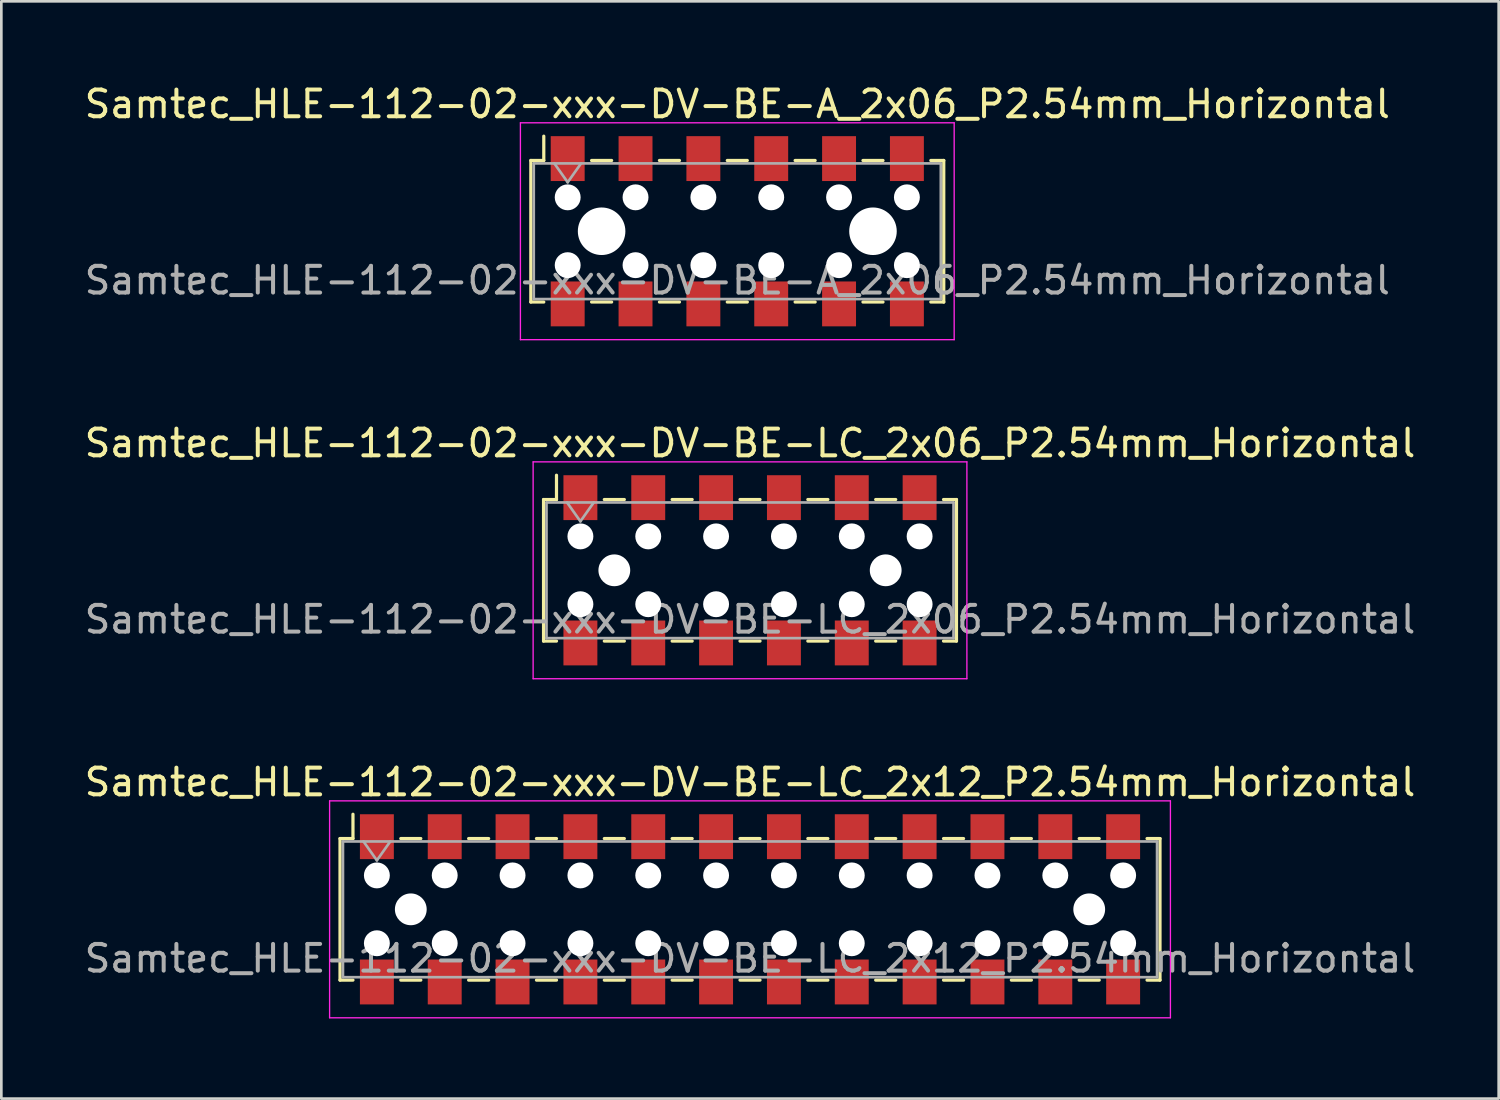
<source format=kicad_pcb>
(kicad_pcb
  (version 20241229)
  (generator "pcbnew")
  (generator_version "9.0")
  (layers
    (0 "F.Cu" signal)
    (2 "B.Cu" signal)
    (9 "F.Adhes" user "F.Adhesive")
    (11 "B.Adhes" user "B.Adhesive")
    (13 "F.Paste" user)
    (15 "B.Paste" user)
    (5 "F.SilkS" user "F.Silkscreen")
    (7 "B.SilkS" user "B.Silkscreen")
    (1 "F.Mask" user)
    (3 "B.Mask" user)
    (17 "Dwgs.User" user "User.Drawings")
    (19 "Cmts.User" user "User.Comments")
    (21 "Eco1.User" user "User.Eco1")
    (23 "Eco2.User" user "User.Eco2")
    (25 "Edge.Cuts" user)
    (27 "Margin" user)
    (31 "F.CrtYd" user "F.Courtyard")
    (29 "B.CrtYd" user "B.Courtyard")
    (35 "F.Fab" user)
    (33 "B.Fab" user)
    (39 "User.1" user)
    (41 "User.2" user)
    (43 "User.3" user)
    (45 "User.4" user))
  (footprint "Samtec_HLE-112-02-xxx-DV-BE-LC_2x06_P2.54mm_Horizontal"
    (layer "F.Cu")
    (at 25.03 18.302)
    (property "Reference" "Samtec_HLE-112-02-xxx-DV-BE-LC_2x06_P2.54mm_Horizontal" (at 0 -4.76 0) (layer "F.SilkS") (effects (font (size 1 1) (thickness 0.15))))
    (attr smd)
    (fp_line (start -7.73 -2.65) (end -7.73 2.65) (stroke (width 0.12) (type solid)) (layer "F.SilkS"))
    (fp_line (start -7.73 2.65) (end -7.245 2.65) (stroke (width 0.12) (type solid)) (layer "F.SilkS"))
    (fp_line (start -7.245 -3.56) (end -7.245 -2.65) (stroke (width 0.12) (type solid)) (layer "F.SilkS"))
    (fp_line (start -7.245 -2.65) (end -7.73 -2.65) (stroke (width 0.12) (type solid)) (layer "F.SilkS"))
    (fp_line (start -5.455 -2.65) (end -4.705 -2.65) (stroke (width 0.12) (type solid)) (layer "F.SilkS"))
    (fp_line (start -5.455 2.65) (end -4.705 2.65) (stroke (width 0.12) (type solid)) (layer "F.SilkS"))
    (fp_line (start -2.915 -2.65) (end -2.165 -2.65) (stroke (width 0.12) (type solid)) (layer "F.SilkS"))
    (fp_line (start -2.915 2.65) (end -2.165 2.65) (stroke (width 0.12) (type solid)) (layer "F.SilkS"))
    (fp_line (start -0.375 -2.65) (end 0.375 -2.65) (stroke (width 0.12) (type solid)) (layer "F.SilkS"))
    (fp_line (start -0.375 2.65) (end 0.375 2.65) (stroke (width 0.12) (type solid)) (layer "F.SilkS"))
    (fp_line (start 2.165 -2.65) (end 2.915 -2.65) (stroke (width 0.12) (type solid)) (layer "F.SilkS"))
    (fp_line (start 2.165 2.65) (end 2.915 2.65) (stroke (width 0.12) (type solid)) (layer "F.SilkS"))
    (fp_line (start 4.705 -2.65) (end 5.455 -2.65) (stroke (width 0.12) (type solid)) (layer "F.SilkS"))
    (fp_line (start 4.705 2.65) (end 5.455 2.65) (stroke (width 0.12) (type solid)) (layer "F.SilkS"))
    (fp_line (start 7.245 -2.65) (end 7.73 -2.65) (stroke (width 0.12) (type solid)) (layer "F.SilkS"))
    (fp_line (start 7.73 -2.65) (end 7.73 2.65) (stroke (width 0.12) (type solid)) (layer "F.SilkS"))
    (fp_line (start 7.73 2.65) (end 7.245 2.65) (stroke (width 0.12) (type solid)) (layer "F.SilkS"))
    (fp_line (start -8.12 -4.06) (end 8.12 -4.06) (stroke (width 0.05) (type solid)) (layer "F.CrtYd"))
    (fp_line (start -8.12 4.06) (end -8.12 -4.06) (stroke (width 0.05) (type solid)) (layer "F.CrtYd"))
    (fp_line (start 8.12 -4.06) (end 8.12 4.06) (stroke (width 0.05) (type solid)) (layer "F.CrtYd"))
    (fp_line (start 8.12 4.06) (end -8.12 4.06) (stroke (width 0.05) (type solid)) (layer "F.CrtYd"))
    (fp_line (start -7.62 -2.54) (end 7.62 -2.54) (stroke (width 0.1) (type solid)) (layer "F.Fab"))
    (fp_line (start -7.62 2.54) (end -7.62 -2.54) (stroke (width 0.1) (type solid)) (layer "F.Fab"))
    (fp_line (start -6.85 -2.54) (end -6.35 -1.833) (stroke (width 0.1) (type solid)) (layer "F.Fab"))
    (fp_line (start -6.35 -1.833) (end -5.85 -2.54) (stroke (width 0.1) (type solid)) (layer "F.Fab"))
    (fp_line (start 7.62 -2.54) (end 7.62 2.54) (stroke (width 0.1) (type solid)) (layer "F.Fab"))
    (fp_line (start 7.62 2.54) (end -7.62 2.54) (stroke (width 0.1) (type solid)) (layer "F.Fab"))
    (fp_text user "${REFERENCE}" (at 0 1.84 0) (layer "F.Fab") (effects (font (size 1 1) (thickness 0.15))))
    (pad "" np_thru_hole circle (at -6.35 -1.27) (size 0.97 0.97) (drill 0.97) (layers "*.Cu" "*.Mask"))
    (pad "" np_thru_hole circle (at -6.35 1.27) (size 0.97 0.97) (drill 0.97) (layers "*.Cu" "*.Mask"))
    (pad "" np_thru_hole circle (at -5.08 0) (size 1.19 1.19) (drill 1.19) (layers "*.Cu" "*.Mask"))
    (pad "" np_thru_hole circle (at -3.81 -1.27) (size 0.97 0.97) (drill 0.97) (layers "*.Cu" "*.Mask"))
    (pad "" np_thru_hole circle (at -3.81 1.27) (size 0.97 0.97) (drill 0.97) (layers "*.Cu" "*.Mask"))
    (pad "" np_thru_hole circle (at -1.27 -1.27) (size 0.97 0.97) (drill 0.97) (layers "*.Cu" "*.Mask"))
    (pad "" np_thru_hole circle (at -1.27 1.27) (size 0.97 0.97) (drill 0.97) (layers "*.Cu" "*.Mask"))
    (pad "" np_thru_hole circle (at 1.27 -1.27) (size 0.97 0.97) (drill 0.97) (layers "*.Cu" "*.Mask"))
    (pad "" np_thru_hole circle (at 1.27 1.27) (size 0.97 0.97) (drill 0.97) (layers "*.Cu" "*.Mask"))
    (pad "" np_thru_hole circle (at 3.81 -1.27) (size 0.97 0.97) (drill 0.97) (layers "*.Cu" "*.Mask"))
    (pad "" np_thru_hole circle (at 3.81 1.27) (size 0.97 0.97) (drill 0.97) (layers "*.Cu" "*.Mask"))
    (pad "" np_thru_hole circle (at 5.08 0) (size 1.19 1.19) (drill 1.19) (layers "*.Cu" "*.Mask"))
    (pad "" np_thru_hole circle (at 6.35 -1.27) (size 0.97 0.97) (drill 0.97) (layers "*.Cu" "*.Mask"))
    (pad "" np_thru_hole circle (at 6.35 1.27) (size 0.97 0.97) (drill 0.97) (layers "*.Cu" "*.Mask"))
    (pad "1" smd rect (at -6.35 -2.72) (size 1.27 1.68) (layers "F.Cu" "F.Mask" "F.Paste"))
    (pad "2" smd rect (at -6.35 2.72) (size 1.27 1.68) (layers "F.Cu" "F.Mask" "F.Paste"))
    (pad "3" smd rect (at -3.81 -2.72) (size 1.27 1.68) (layers "F.Cu" "F.Mask" "F.Paste"))
    (pad "4" smd rect (at -3.81 2.72) (size 1.27 1.68) (layers "F.Cu" "F.Mask" "F.Paste"))
    (pad "5" smd rect (at -1.27 -2.72) (size 1.27 1.68) (layers "F.Cu" "F.Mask" "F.Paste"))
    (pad "6" smd rect (at -1.27 2.72) (size 1.27 1.68) (layers "F.Cu" "F.Mask" "F.Paste"))
    (pad "7" smd rect (at 1.27 -2.72) (size 1.27 1.68) (layers "F.Cu" "F.Mask" "F.Paste"))
    (pad "8" smd rect (at 1.27 2.72) (size 1.27 1.68) (layers "F.Cu" "F.Mask" "F.Paste"))
    (pad "9" smd rect (at 3.81 -2.72) (size 1.27 1.68) (layers "F.Cu" "F.Mask" "F.Paste"))
    (pad "10" smd rect (at 3.81 2.72) (size 1.27 1.68) (layers "F.Cu" "F.Mask" "F.Paste"))
    (pad "11" smd rect (at 6.35 -2.72) (size 1.27 1.68) (layers "F.Cu" "F.Mask" "F.Paste"))
    (pad "12" smd rect (at 6.35 2.72) (size 1.27 1.68) (layers "F.Cu" "F.Mask" "F.Paste")))
  (footprint "Samtec_HLE-112-02-xxx-DV-BE-A_2x06_P2.54mm_Horizontal"
    (layer "F.Cu")
    (at 24.554 5.608)
    (property "Reference" "Samtec_HLE-112-02-xxx-DV-BE-A_2x06_P2.54mm_Horizontal" (at 0 -4.76 0) (layer "F.SilkS") (effects (font (size 1 1) (thickness 0.15))))
    (attr smd)
    (fp_line (start -7.73 -2.65) (end -7.73 2.65) (stroke (width 0.12) (type solid)) (layer "F.SilkS"))
    (fp_line (start -7.73 2.65) (end -7.245 2.65) (stroke (width 0.12) (type solid)) (layer "F.SilkS"))
    (fp_line (start -7.245 -3.56) (end -7.245 -2.65) (stroke (width 0.12) (type solid)) (layer "F.SilkS"))
    (fp_line (start -7.245 -2.65) (end -7.73 -2.65) (stroke (width 0.12) (type solid)) (layer "F.SilkS"))
    (fp_line (start -5.455 -2.65) (end -4.705 -2.65) (stroke (width 0.12) (type solid)) (layer "F.SilkS"))
    (fp_line (start -5.455 2.65) (end -4.705 2.65) (stroke (width 0.12) (type solid)) (layer "F.SilkS"))
    (fp_line (start -2.915 -2.65) (end -2.165 -2.65) (stroke (width 0.12) (type solid)) (layer "F.SilkS"))
    (fp_line (start -2.915 2.65) (end -2.165 2.65) (stroke (width 0.12) (type solid)) (layer "F.SilkS"))
    (fp_line (start -0.375 -2.65) (end 0.375 -2.65) (stroke (width 0.12) (type solid)) (layer "F.SilkS"))
    (fp_line (start -0.375 2.65) (end 0.375 2.65) (stroke (width 0.12) (type solid)) (layer "F.SilkS"))
    (fp_line (start 2.165 -2.65) (end 2.915 -2.65) (stroke (width 0.12) (type solid)) (layer "F.SilkS"))
    (fp_line (start 2.165 2.65) (end 2.915 2.65) (stroke (width 0.12) (type solid)) (layer "F.SilkS"))
    (fp_line (start 4.705 -2.65) (end 5.455 -2.65) (stroke (width 0.12) (type solid)) (layer "F.SilkS"))
    (fp_line (start 4.705 2.65) (end 5.455 2.65) (stroke (width 0.12) (type solid)) (layer "F.SilkS"))
    (fp_line (start 7.245 -2.65) (end 7.73 -2.65) (stroke (width 0.12) (type solid)) (layer "F.SilkS"))
    (fp_line (start 7.73 -2.65) (end 7.73 2.65) (stroke (width 0.12) (type solid)) (layer "F.SilkS"))
    (fp_line (start 7.73 2.65) (end 7.245 2.65) (stroke (width 0.12) (type solid)) (layer "F.SilkS"))
    (fp_line (start -8.12 -4.06) (end 8.12 -4.06) (stroke (width 0.05) (type solid)) (layer "F.CrtYd"))
    (fp_line (start -8.12 4.06) (end -8.12 -4.06) (stroke (width 0.05) (type solid)) (layer "F.CrtYd"))
    (fp_line (start 8.12 -4.06) (end 8.12 4.06) (stroke (width 0.05) (type solid)) (layer "F.CrtYd"))
    (fp_line (start 8.12 4.06) (end -8.12 4.06) (stroke (width 0.05) (type solid)) (layer "F.CrtYd"))
    (fp_line (start -7.62 -2.54) (end 7.62 -2.54) (stroke (width 0.1) (type solid)) (layer "F.Fab"))
    (fp_line (start -7.62 2.54) (end -7.62 -2.54) (stroke (width 0.1) (type solid)) (layer "F.Fab"))
    (fp_line (start -6.85 -2.54) (end -6.35 -1.833) (stroke (width 0.1) (type solid)) (layer "F.Fab"))
    (fp_line (start -6.35 -1.833) (end -5.85 -2.54) (stroke (width 0.1) (type solid)) (layer "F.Fab"))
    (fp_line (start 7.62 -2.54) (end 7.62 2.54) (stroke (width 0.1) (type solid)) (layer "F.Fab"))
    (fp_line (start 7.62 2.54) (end -7.62 2.54) (stroke (width 0.1) (type solid)) (layer "F.Fab"))
    (fp_text user "${REFERENCE}" (at 0 1.84 0) (layer "F.Fab") (effects (font (size 1 1) (thickness 0.15))))
    (pad "" np_thru_hole circle (at -6.35 -1.27) (size 0.97 0.97) (drill 0.97) (layers "*.Cu" "*.Mask"))
    (pad "" np_thru_hole circle (at -6.35 1.27) (size 0.97 0.97) (drill 0.97) (layers "*.Cu" "*.Mask"))
    (pad "" np_thru_hole circle (at -5.08 0) (size 1.78 1.78) (drill 1.78) (layers "*.Cu" "*.Mask"))
    (pad "" np_thru_hole circle (at -3.81 -1.27) (size 0.97 0.97) (drill 0.97) (layers "*.Cu" "*.Mask"))
    (pad "" np_thru_hole circle (at -3.81 1.27) (size 0.97 0.97) (drill 0.97) (layers "*.Cu" "*.Mask"))
    (pad "" np_thru_hole circle (at -1.27 -1.27) (size 0.97 0.97) (drill 0.97) (layers "*.Cu" "*.Mask"))
    (pad "" np_thru_hole circle (at -1.27 1.27) (size 0.97 0.97) (drill 0.97) (layers "*.Cu" "*.Mask"))
    (pad "" np_thru_hole circle (at 1.27 -1.27) (size 0.97 0.97) (drill 0.97) (layers "*.Cu" "*.Mask"))
    (pad "" np_thru_hole circle (at 1.27 1.27) (size 0.97 0.97) (drill 0.97) (layers "*.Cu" "*.Mask"))
    (pad "" np_thru_hole circle (at 3.81 -1.27) (size 0.97 0.97) (drill 0.97) (layers "*.Cu" "*.Mask"))
    (pad "" np_thru_hole circle (at 3.81 1.27) (size 0.97 0.97) (drill 0.97) (layers "*.Cu" "*.Mask"))
    (pad "" np_thru_hole circle (at 5.08 0) (size 1.78 1.78) (drill 1.78) (layers "*.Cu" "*.Mask"))
    (pad "" np_thru_hole circle (at 6.35 -1.27) (size 0.97 0.97) (drill 0.97) (layers "*.Cu" "*.Mask"))
    (pad "" np_thru_hole circle (at 6.35 1.27) (size 0.97 0.97) (drill 0.97) (layers "*.Cu" "*.Mask"))
    (pad "1" smd rect (at -6.35 -2.72) (size 1.27 1.68) (layers "F.Cu" "F.Mask" "F.Paste"))
    (pad "2" smd rect (at -6.35 2.72) (size 1.27 1.68) (layers "F.Cu" "F.Mask" "F.Paste"))
    (pad "3" smd rect (at -3.81 -2.72) (size 1.27 1.68) (layers "F.Cu" "F.Mask" "F.Paste"))
    (pad "4" smd rect (at -3.81 2.72) (size 1.27 1.68) (layers "F.Cu" "F.Mask" "F.Paste"))
    (pad "5" smd rect (at -1.27 -2.72) (size 1.27 1.68) (layers "F.Cu" "F.Mask" "F.Paste"))
    (pad "6" smd rect (at -1.27 2.72) (size 1.27 1.68) (layers "F.Cu" "F.Mask" "F.Paste"))
    (pad "7" smd rect (at 1.27 -2.72) (size 1.27 1.68) (layers "F.Cu" "F.Mask" "F.Paste"))
    (pad "8" smd rect (at 1.27 2.72) (size 1.27 1.68) (layers "F.Cu" "F.Mask" "F.Paste"))
    (pad "9" smd rect (at 3.81 -2.72) (size 1.27 1.68) (layers "F.Cu" "F.Mask" "F.Paste"))
    (pad "10" smd rect (at 3.81 2.72) (size 1.27 1.68) (layers "F.Cu" "F.Mask" "F.Paste"))
    (pad "11" smd rect (at 6.35 -2.72) (size 1.27 1.68) (layers "F.Cu" "F.Mask" "F.Paste"))
    (pad "12" smd rect (at 6.35 2.72) (size 1.27 1.68) (layers "F.Cu" "F.Mask" "F.Paste")))
  (footprint "Samtec_HLE-112-02-xxx-DV-BE-LC_2x12_P2.54mm_Horizontal"
    (layer "F.Cu")
    (at 25.03 30.995)
    (property "Reference" "Samtec_HLE-112-02-xxx-DV-BE-LC_2x12_P2.54mm_Horizontal" (at 0 -4.76 0) (layer "F.SilkS") (effects (font (size 1 1) (thickness 0.15))))
    (attr smd)
    (fp_line (start -15.35 -2.65) (end -15.35 2.65) (stroke (width 0.12) (type solid)) (layer "F.SilkS"))
    (fp_line (start -15.35 2.65) (end -14.865 2.65) (stroke (width 0.12) (type solid)) (layer "F.SilkS"))
    (fp_line (start -14.865 -3.56) (end -14.865 -2.65) (stroke (width 0.12) (type solid)) (layer "F.SilkS"))
    (fp_line (start -14.865 -2.65) (end -15.35 -2.65) (stroke (width 0.12) (type solid)) (layer "F.SilkS"))
    (fp_line (start -13.075 -2.65) (end -12.325 -2.65) (stroke (width 0.12) (type solid)) (layer "F.SilkS"))
    (fp_line (start -13.075 2.65) (end -12.325 2.65) (stroke (width 0.12) (type solid)) (layer "F.SilkS"))
    (fp_line (start -10.535 -2.65) (end -9.785 -2.65) (stroke (width 0.12) (type solid)) (layer "F.SilkS"))
    (fp_line (start -10.535 2.65) (end -9.785 2.65) (stroke (width 0.12) (type solid)) (layer "F.SilkS"))
    (fp_line (start -7.995 -2.65) (end -7.245 -2.65) (stroke (width 0.12) (type solid)) (layer "F.SilkS"))
    (fp_line (start -7.995 2.65) (end -7.245 2.65) (stroke (width 0.12) (type solid)) (layer "F.SilkS"))
    (fp_line (start -5.455 -2.65) (end -4.705 -2.65) (stroke (width 0.12) (type solid)) (layer "F.SilkS"))
    (fp_line (start -5.455 2.65) (end -4.705 2.65) (stroke (width 0.12) (type solid)) (layer "F.SilkS"))
    (fp_line (start -2.915 -2.65) (end -2.165 -2.65) (stroke (width 0.12) (type solid)) (layer "F.SilkS"))
    (fp_line (start -2.915 2.65) (end -2.165 2.65) (stroke (width 0.12) (type solid)) (layer "F.SilkS"))
    (fp_line (start -0.375 -2.65) (end 0.375 -2.65) (stroke (width 0.12) (type solid)) (layer "F.SilkS"))
    (fp_line (start -0.375 2.65) (end 0.375 2.65) (stroke (width 0.12) (type solid)) (layer "F.SilkS"))
    (fp_line (start 2.165 -2.65) (end 2.915 -2.65) (stroke (width 0.12) (type solid)) (layer "F.SilkS"))
    (fp_line (start 2.165 2.65) (end 2.915 2.65) (stroke (width 0.12) (type solid)) (layer "F.SilkS"))
    (fp_line (start 4.705 -2.65) (end 5.455 -2.65) (stroke (width 0.12) (type solid)) (layer "F.SilkS"))
    (fp_line (start 4.705 2.65) (end 5.455 2.65) (stroke (width 0.12) (type solid)) (layer "F.SilkS"))
    (fp_line (start 7.245 -2.65) (end 7.995 -2.65) (stroke (width 0.12) (type solid)) (layer "F.SilkS"))
    (fp_line (start 7.245 2.65) (end 7.995 2.65) (stroke (width 0.12) (type solid)) (layer "F.SilkS"))
    (fp_line (start 9.785 -2.65) (end 10.535 -2.65) (stroke (width 0.12) (type solid)) (layer "F.SilkS"))
    (fp_line (start 9.785 2.65) (end 10.535 2.65) (stroke (width 0.12) (type solid)) (layer "F.SilkS"))
    (fp_line (start 12.325 -2.65) (end 13.075 -2.65) (stroke (width 0.12) (type solid)) (layer "F.SilkS"))
    (fp_line (start 12.325 2.65) (end 13.075 2.65) (stroke (width 0.12) (type solid)) (layer "F.SilkS"))
    (fp_line (start 14.865 -2.65) (end 15.35 -2.65) (stroke (width 0.12) (type solid)) (layer "F.SilkS"))
    (fp_line (start 15.35 -2.65) (end 15.35 2.65) (stroke (width 0.12) (type solid)) (layer "F.SilkS"))
    (fp_line (start 15.35 2.65) (end 14.865 2.65) (stroke (width 0.12) (type solid)) (layer "F.SilkS"))
    (fp_line (start -15.74 -4.06) (end 15.74 -4.06) (stroke (width 0.05) (type solid)) (layer "F.CrtYd"))
    (fp_line (start -15.74 4.06) (end -15.74 -4.06) (stroke (width 0.05) (type solid)) (layer "F.CrtYd"))
    (fp_line (start 15.74 -4.06) (end 15.74 4.06) (stroke (width 0.05) (type solid)) (layer "F.CrtYd"))
    (fp_line (start 15.74 4.06) (end -15.74 4.06) (stroke (width 0.05) (type solid)) (layer "F.CrtYd"))
    (fp_line (start -15.24 -2.54) (end 15.24 -2.54) (stroke (width 0.1) (type solid)) (layer "F.Fab"))
    (fp_line (start -15.24 2.54) (end -15.24 -2.54) (stroke (width 0.1) (type solid)) (layer "F.Fab"))
    (fp_line (start -14.47 -2.54) (end -13.97 -1.833) (stroke (width 0.1) (type solid)) (layer "F.Fab"))
    (fp_line (start -13.97 -1.833) (end -13.47 -2.54) (stroke (width 0.1) (type solid)) (layer "F.Fab"))
    (fp_line (start 15.24 -2.54) (end 15.24 2.54) (stroke (width 0.1) (type solid)) (layer "F.Fab"))
    (fp_line (start 15.24 2.54) (end -15.24 2.54) (stroke (width 0.1) (type solid)) (layer "F.Fab"))
    (fp_text user "${REFERENCE}" (at 0 1.84 0) (layer "F.Fab") (effects (font (size 1 1) (thickness 0.15))))
    (pad "" np_thru_hole circle (at -13.97 -1.27) (size 0.97 0.97) (drill 0.97) (layers "*.Cu" "*.Mask"))
    (pad "" np_thru_hole circle (at -13.97 1.27) (size 0.97 0.97) (drill 0.97) (layers "*.Cu" "*.Mask"))
    (pad "" np_thru_hole circle (at -12.7 0) (size 1.19 1.19) (drill 1.19) (layers "*.Cu" "*.Mask"))
    (pad "" np_thru_hole circle (at -11.43 -1.27) (size 0.97 0.97) (drill 0.97) (layers "*.Cu" "*.Mask"))
    (pad "" np_thru_hole circle (at -11.43 1.27) (size 0.97 0.97) (drill 0.97) (layers "*.Cu" "*.Mask"))
    (pad "" np_thru_hole circle (at -8.89 -1.27) (size 0.97 0.97) (drill 0.97) (layers "*.Cu" "*.Mask"))
    (pad "" np_thru_hole circle (at -8.89 1.27) (size 0.97 0.97) (drill 0.97) (layers "*.Cu" "*.Mask"))
    (pad "" np_thru_hole circle (at -6.35 -1.27) (size 0.97 0.97) (drill 0.97) (layers "*.Cu" "*.Mask"))
    (pad "" np_thru_hole circle (at -6.35 1.27) (size 0.97 0.97) (drill 0.97) (layers "*.Cu" "*.Mask"))
    (pad "" np_thru_hole circle (at -3.81 -1.27) (size 0.97 0.97) (drill 0.97) (layers "*.Cu" "*.Mask"))
    (pad "" np_thru_hole circle (at -3.81 1.27) (size 0.97 0.97) (drill 0.97) (layers "*.Cu" "*.Mask"))
    (pad "" np_thru_hole circle (at -1.27 -1.27) (size 0.97 0.97) (drill 0.97) (layers "*.Cu" "*.Mask"))
    (pad "" np_thru_hole circle (at -1.27 1.27) (size 0.97 0.97) (drill 0.97) (layers "*.Cu" "*.Mask"))
    (pad "" np_thru_hole circle (at 1.27 -1.27) (size 0.97 0.97) (drill 0.97) (layers "*.Cu" "*.Mask"))
    (pad "" np_thru_hole circle (at 1.27 1.27) (size 0.97 0.97) (drill 0.97) (layers "*.Cu" "*.Mask"))
    (pad "" np_thru_hole circle (at 3.81 -1.27) (size 0.97 0.97) (drill 0.97) (layers "*.Cu" "*.Mask"))
    (pad "" np_thru_hole circle (at 3.81 1.27) (size 0.97 0.97) (drill 0.97) (layers "*.Cu" "*.Mask"))
    (pad "" np_thru_hole circle (at 6.35 -1.27) (size 0.97 0.97) (drill 0.97) (layers "*.Cu" "*.Mask"))
    (pad "" np_thru_hole circle (at 6.35 1.27) (size 0.97 0.97) (drill 0.97) (layers "*.Cu" "*.Mask"))
    (pad "" np_thru_hole circle (at 8.89 -1.27) (size 0.97 0.97) (drill 0.97) (layers "*.Cu" "*.Mask"))
    (pad "" np_thru_hole circle (at 8.89 1.27) (size 0.97 0.97) (drill 0.97) (layers "*.Cu" "*.Mask"))
    (pad "" np_thru_hole circle (at 11.43 -1.27) (size 0.97 0.97) (drill 0.97) (layers "*.Cu" "*.Mask"))
    (pad "" np_thru_hole circle (at 11.43 1.27) (size 0.97 0.97) (drill 0.97) (layers "*.Cu" "*.Mask"))
    (pad "" np_thru_hole circle (at 12.7 0) (size 1.19 1.19) (drill 1.19) (layers "*.Cu" "*.Mask"))
    (pad "" np_thru_hole circle (at 13.97 -1.27) (size 0.97 0.97) (drill 0.97) (layers "*.Cu" "*.Mask"))
    (pad "" np_thru_hole circle (at 13.97 1.27) (size 0.97 0.97) (drill 0.97) (layers "*.Cu" "*.Mask"))
    (pad "1" smd rect (at -13.97 -2.72) (size 1.27 1.68) (layers "F.Cu" "F.Mask" "F.Paste"))
    (pad "2" smd rect (at -13.97 2.72) (size 1.27 1.68) (layers "F.Cu" "F.Mask" "F.Paste"))
    (pad "3" smd rect (at -11.43 -2.72) (size 1.27 1.68) (layers "F.Cu" "F.Mask" "F.Paste"))
    (pad "4" smd rect (at -11.43 2.72) (size 1.27 1.68) (layers "F.Cu" "F.Mask" "F.Paste"))
    (pad "5" smd rect (at -8.89 -2.72) (size 1.27 1.68) (layers "F.Cu" "F.Mask" "F.Paste"))
    (pad "6" smd rect (at -8.89 2.72) (size 1.27 1.68) (layers "F.Cu" "F.Mask" "F.Paste"))
    (pad "7" smd rect (at -6.35 -2.72) (size 1.27 1.68) (layers "F.Cu" "F.Mask" "F.Paste"))
    (pad "8" smd rect (at -6.35 2.72) (size 1.27 1.68) (layers "F.Cu" "F.Mask" "F.Paste"))
    (pad "9" smd rect (at -3.81 -2.72) (size 1.27 1.68) (layers "F.Cu" "F.Mask" "F.Paste"))
    (pad "10" smd rect (at -3.81 2.72) (size 1.27 1.68) (layers "F.Cu" "F.Mask" "F.Paste"))
    (pad "11" smd rect (at -1.27 -2.72) (size 1.27 1.68) (layers "F.Cu" "F.Mask" "F.Paste"))
    (pad "12" smd rect (at -1.27 2.72) (size 1.27 1.68) (layers "F.Cu" "F.Mask" "F.Paste"))
    (pad "13" smd rect (at 1.27 -2.72) (size 1.27 1.68) (layers "F.Cu" "F.Mask" "F.Paste"))
    (pad "14" smd rect (at 1.27 2.72) (size 1.27 1.68) (layers "F.Cu" "F.Mask" "F.Paste"))
    (pad "15" smd rect (at 3.81 -2.72) (size 1.27 1.68) (layers "F.Cu" "F.Mask" "F.Paste"))
    (pad "16" smd rect (at 3.81 2.72) (size 1.27 1.68) (layers "F.Cu" "F.Mask" "F.Paste"))
    (pad "17" smd rect (at 6.35 -2.72) (size 1.27 1.68) (layers "F.Cu" "F.Mask" "F.Paste"))
    (pad "18" smd rect (at 6.35 2.72) (size 1.27 1.68) (layers "F.Cu" "F.Mask" "F.Paste"))
    (pad "19" smd rect (at 8.89 -2.72) (size 1.27 1.68) (layers "F.Cu" "F.Mask" "F.Paste"))
    (pad "20" smd rect (at 8.89 2.72) (size 1.27 1.68) (layers "F.Cu" "F.Mask" "F.Paste"))
    (pad "21" smd rect (at 11.43 -2.72) (size 1.27 1.68) (layers "F.Cu" "F.Mask" "F.Paste"))
    (pad "22" smd rect (at 11.43 2.72) (size 1.27 1.68) (layers "F.Cu" "F.Mask" "F.Paste"))
    (pad "23" smd rect (at 13.97 -2.72) (size 1.27 1.68) (layers "F.Cu" "F.Mask" "F.Paste"))
    (pad "24" smd rect (at 13.97 2.72) (size 1.27 1.68) (layers "F.Cu" "F.Mask" "F.Paste")))
  (gr_rect
    (start -3 -3)
    (end 53.06 38.08)
    (stroke (width 0.1) (type default))
    (fill no)
    (layer "Edge.Cuts")))
</source>
